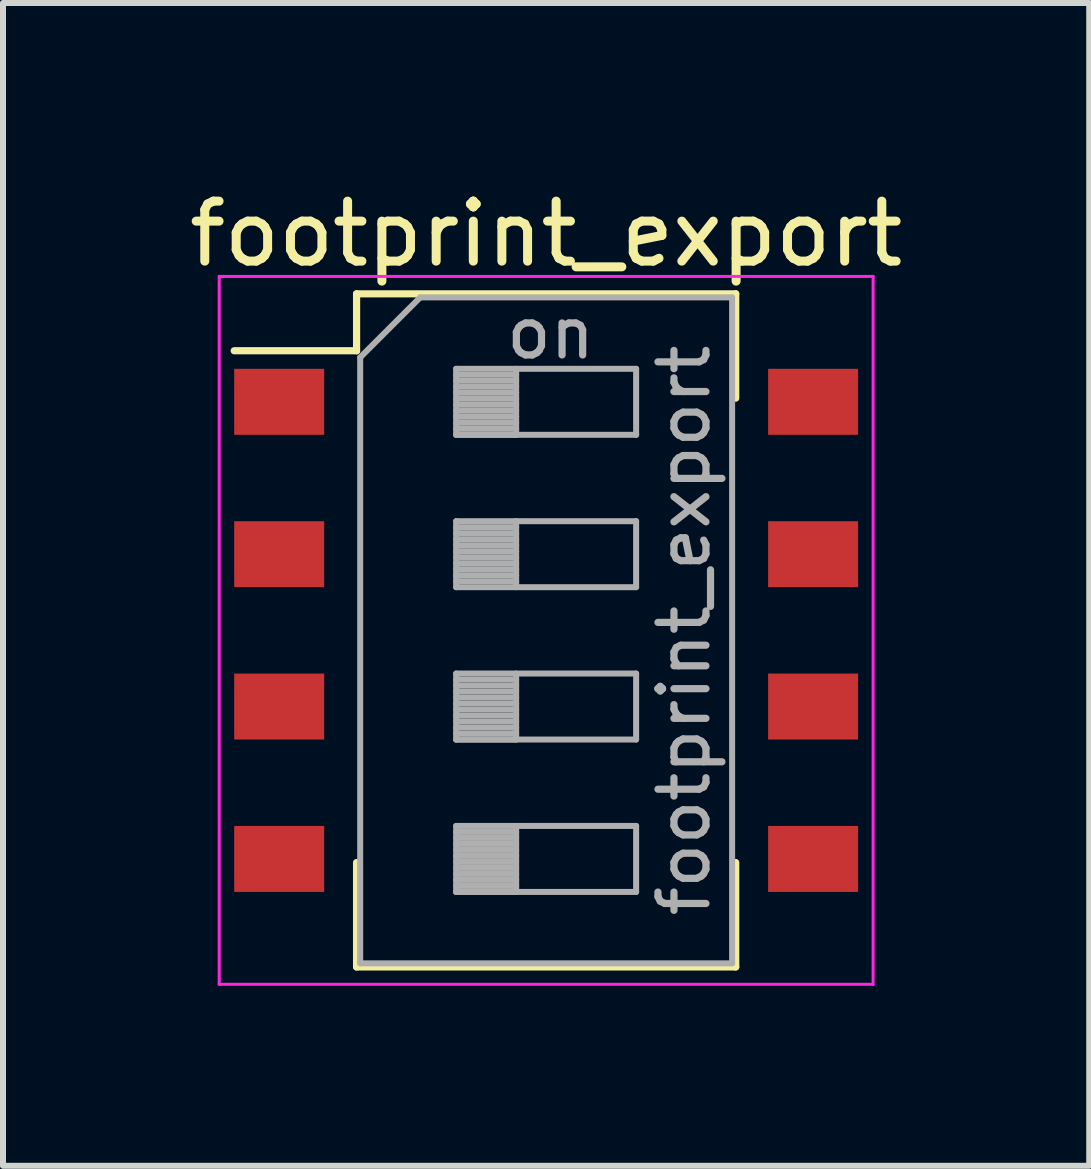
<source format=kicad_pcb>
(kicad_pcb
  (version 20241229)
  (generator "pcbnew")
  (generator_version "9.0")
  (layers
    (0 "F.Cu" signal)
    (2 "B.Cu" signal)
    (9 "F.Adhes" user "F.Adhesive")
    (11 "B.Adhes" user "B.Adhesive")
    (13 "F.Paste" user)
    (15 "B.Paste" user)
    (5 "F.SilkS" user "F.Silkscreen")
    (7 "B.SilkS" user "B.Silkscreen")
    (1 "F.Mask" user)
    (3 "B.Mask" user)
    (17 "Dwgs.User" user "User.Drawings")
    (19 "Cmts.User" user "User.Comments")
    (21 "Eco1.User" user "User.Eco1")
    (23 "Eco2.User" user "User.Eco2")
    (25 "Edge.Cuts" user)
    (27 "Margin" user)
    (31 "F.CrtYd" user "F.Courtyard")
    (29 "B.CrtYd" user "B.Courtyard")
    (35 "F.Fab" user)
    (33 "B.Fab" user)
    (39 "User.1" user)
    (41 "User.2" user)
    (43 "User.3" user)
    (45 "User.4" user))
  (footprint "footprint_export"
    (layer "F.Cu")
    (at 6.054 7.458)
    (property "Reference" "footprint_export" (at 0 -6.61 0) (layer "F.SilkS") (effects (font (size 1 1) (thickness 0.15))))
    (attr smd)
    (fp_line (start -5.2 -4.661) (end -3.16 -4.661) (stroke (width 0.12) (type solid)) (layer "F.SilkS"))
    (fp_line (start -3.16 -5.61) (end -3.16 -4.661) (stroke (width 0.12) (type solid)) (layer "F.SilkS"))
    (fp_line (start -3.16 -5.61) (end 3.16 -5.61) (stroke (width 0.12) (type solid)) (layer "F.SilkS"))
    (fp_line (start -3.16 3.87) (end -3.16 5.61) (stroke (width 0.12) (type solid)) (layer "F.SilkS"))
    (fp_line (start -3.16 5.61) (end 3.16 5.61) (stroke (width 0.12) (type solid)) (layer "F.SilkS"))
    (fp_line (start 3.16 -5.61) (end 3.16 -3.871) (stroke (width 0.12) (type solid)) (layer "F.SilkS"))
    (fp_line (start 3.16 3.87) (end 3.16 5.61) (stroke (width 0.12) (type solid)) (layer "F.SilkS"))
    (fp_line (start -5.45 -5.9) (end -5.45 5.9) (stroke (width 0.05) (type solid)) (layer "F.CrtYd"))
    (fp_line (start -5.45 5.9) (end 5.45 5.9) (stroke (width 0.05) (type solid)) (layer "F.CrtYd"))
    (fp_line (start 5.45 -5.9) (end -5.45 -5.9) (stroke (width 0.05) (type solid)) (layer "F.CrtYd"))
    (fp_line (start 5.45 5.9) (end 5.45 -5.9) (stroke (width 0.05) (type solid)) (layer "F.CrtYd"))
    (fp_line (start -3.1 -4.55) (end -2.1 -5.55) (stroke (width 0.1) (type solid)) (layer "F.Fab"))
    (fp_line (start -3.1 5.55) (end -3.1 -4.55) (stroke (width 0.1) (type solid)) (layer "F.Fab"))
    (fp_line (start -2.1 -5.55) (end 3.1 -5.55) (stroke (width 0.1) (type solid)) (layer "F.Fab"))
    (fp_line (start -1.5 -4.36) (end -1.5 -3.26) (stroke (width 0.1) (type solid)) (layer "F.Fab"))
    (fp_line (start -1.5 -4.26) (end -0.5 -4.26) (stroke (width 0.1) (type solid)) (layer "F.Fab"))
    (fp_line (start -1.5 -4.16) (end -0.5 -4.16) (stroke (width 0.1) (type solid)) (layer "F.Fab"))
    (fp_line (start -1.5 -4.06) (end -0.5 -4.06) (stroke (width 0.1) (type solid)) (layer "F.Fab"))
    (fp_line (start -1.5 -3.96) (end -0.5 -3.96) (stroke (width 0.1) (type solid)) (layer "F.Fab"))
    (fp_line (start -1.5 -3.86) (end -0.5 -3.86) (stroke (width 0.1) (type solid)) (layer "F.Fab"))
    (fp_line (start -1.5 -3.76) (end -0.5 -3.76) (stroke (width 0.1) (type solid)) (layer "F.Fab"))
    (fp_line (start -1.5 -3.66) (end -0.5 -3.66) (stroke (width 0.1) (type solid)) (layer "F.Fab"))
    (fp_line (start -1.5 -3.56) (end -0.5 -3.56) (stroke (width 0.1) (type solid)) (layer "F.Fab"))
    (fp_line (start -1.5 -3.46) (end -0.5 -3.46) (stroke (width 0.1) (type solid)) (layer "F.Fab"))
    (fp_line (start -1.5 -3.36) (end -0.5 -3.36) (stroke (width 0.1) (type solid)) (layer "F.Fab"))
    (fp_line (start -1.5 -3.26) (end -0.5 -3.26) (stroke (width 0.1) (type solid)) (layer "F.Fab"))
    (fp_line (start -1.5 -3.26) (end 1.5 -3.26) (stroke (width 0.1) (type solid)) (layer "F.Fab"))
    (fp_line (start -1.5 -1.82) (end -1.5 -0.72) (stroke (width 0.1) (type solid)) (layer "F.Fab"))
    (fp_line (start -1.5 -1.72) (end -0.5 -1.72) (stroke (width 0.1) (type solid)) (layer "F.Fab"))
    (fp_line (start -1.5 -1.62) (end -0.5 -1.62) (stroke (width 0.1) (type solid)) (layer "F.Fab"))
    (fp_line (start -1.5 -1.52) (end -0.5 -1.52) (stroke (width 0.1) (type solid)) (layer "F.Fab"))
    (fp_line (start -1.5 -1.42) (end -0.5 -1.42) (stroke (width 0.1) (type solid)) (layer "F.Fab"))
    (fp_line (start -1.5 -1.32) (end -0.5 -1.32) (stroke (width 0.1) (type solid)) (layer "F.Fab"))
    (fp_line (start -1.5 -1.22) (end -0.5 -1.22) (stroke (width 0.1) (type solid)) (layer "F.Fab"))
    (fp_line (start -1.5 -1.12) (end -0.5 -1.12) (stroke (width 0.1) (type solid)) (layer "F.Fab"))
    (fp_line (start -1.5 -1.02) (end -0.5 -1.02) (stroke (width 0.1) (type solid)) (layer "F.Fab"))
    (fp_line (start -1.5 -0.92) (end -0.5 -0.92) (stroke (width 0.1) (type solid)) (layer "F.Fab"))
    (fp_line (start -1.5 -0.82) (end -0.5 -0.82) (stroke (width 0.1) (type solid)) (layer "F.Fab"))
    (fp_line (start -1.5 -0.72) (end 1.5 -0.72) (stroke (width 0.1) (type solid)) (layer "F.Fab"))
    (fp_line (start -1.5 0.72) (end -1.5 1.82) (stroke (width 0.1) (type solid)) (layer "F.Fab"))
    (fp_line (start -1.5 0.82) (end -0.5 0.82) (stroke (width 0.1) (type solid)) (layer "F.Fab"))
    (fp_line (start -1.5 0.92) (end -0.5 0.92) (stroke (width 0.1) (type solid)) (layer "F.Fab"))
    (fp_line (start -1.5 1.02) (end -0.5 1.02) (stroke (width 0.1) (type solid)) (layer "F.Fab"))
    (fp_line (start -1.5 1.12) (end -0.5 1.12) (stroke (width 0.1) (type solid)) (layer "F.Fab"))
    (fp_line (start -1.5 1.22) (end -0.5 1.22) (stroke (width 0.1) (type solid)) (layer "F.Fab"))
    (fp_line (start -1.5 1.32) (end -0.5 1.32) (stroke (width 0.1) (type solid)) (layer "F.Fab"))
    (fp_line (start -1.5 1.42) (end -0.5 1.42) (stroke (width 0.1) (type solid)) (layer "F.Fab"))
    (fp_line (start -1.5 1.52) (end -0.5 1.52) (stroke (width 0.1) (type solid)) (layer "F.Fab"))
    (fp_line (start -1.5 1.62) (end -0.5 1.62) (stroke (width 0.1) (type solid)) (layer "F.Fab"))
    (fp_line (start -1.5 1.72) (end -0.5 1.72) (stroke (width 0.1) (type solid)) (layer "F.Fab"))
    (fp_line (start -1.5 1.82) (end -0.5 1.82) (stroke (width 0.1) (type solid)) (layer "F.Fab"))
    (fp_line (start -1.5 1.82) (end 1.5 1.82) (stroke (width 0.1) (type solid)) (layer "F.Fab"))
    (fp_line (start -1.5 3.26) (end -1.5 4.36) (stroke (width 0.1) (type solid)) (layer "F.Fab"))
    (fp_line (start -1.5 3.36) (end -0.5 3.36) (stroke (width 0.1) (type solid)) (layer "F.Fab"))
    (fp_line (start -1.5 3.46) (end -0.5 3.46) (stroke (width 0.1) (type solid)) (layer "F.Fab"))
    (fp_line (start -1.5 3.56) (end -0.5 3.56) (stroke (width 0.1) (type solid)) (layer "F.Fab"))
    (fp_line (start -1.5 3.66) (end -0.5 3.66) (stroke (width 0.1) (type solid)) (layer "F.Fab"))
    (fp_line (start -1.5 3.76) (end -0.5 3.76) (stroke (width 0.1) (type solid)) (layer "F.Fab"))
    (fp_line (start -1.5 3.86) (end -0.5 3.86) (stroke (width 0.1) (type solid)) (layer "F.Fab"))
    (fp_line (start -1.5 3.96) (end -0.5 3.96) (stroke (width 0.1) (type solid)) (layer "F.Fab"))
    (fp_line (start -1.5 4.06) (end -0.5 4.06) (stroke (width 0.1) (type solid)) (layer "F.Fab"))
    (fp_line (start -1.5 4.16) (end -0.5 4.16) (stroke (width 0.1) (type solid)) (layer "F.Fab"))
    (fp_line (start -1.5 4.26) (end -0.5 4.26) (stroke (width 0.1) (type solid)) (layer "F.Fab"))
    (fp_line (start -1.5 4.36) (end -0.5 4.36) (stroke (width 0.1) (type solid)) (layer "F.Fab"))
    (fp_line (start -1.5 4.36) (end 1.5 4.36) (stroke (width 0.1) (type solid)) (layer "F.Fab"))
    (fp_line (start -0.5 -4.36) (end -0.5 -3.26) (stroke (width 0.1) (type solid)) (layer "F.Fab"))
    (fp_line (start -0.5 -1.82) (end -0.5 -0.72) (stroke (width 0.1) (type solid)) (layer "F.Fab"))
    (fp_line (start -0.5 0.72) (end -0.5 1.82) (stroke (width 0.1) (type solid)) (layer "F.Fab"))
    (fp_line (start -0.5 3.26) (end -0.5 4.36) (stroke (width 0.1) (type solid)) (layer "F.Fab"))
    (fp_line (start 1.5 -4.36) (end -1.5 -4.36) (stroke (width 0.1) (type solid)) (layer "F.Fab"))
    (fp_line (start 1.5 -3.26) (end 1.5 -4.36) (stroke (width 0.1) (type solid)) (layer "F.Fab"))
    (fp_line (start 1.5 -1.82) (end -1.5 -1.82) (stroke (width 0.1) (type solid)) (layer "F.Fab"))
    (fp_line (start 1.5 -0.72) (end 1.5 -1.82) (stroke (width 0.1) (type solid)) (layer "F.Fab"))
    (fp_line (start 1.5 0.72) (end -1.5 0.72) (stroke (width 0.1) (type solid)) (layer "F.Fab"))
    (fp_line (start 1.5 1.82) (end 1.5 0.72) (stroke (width 0.1) (type solid)) (layer "F.Fab"))
    (fp_line (start 1.5 3.26) (end -1.5 3.26) (stroke (width 0.1) (type solid)) (layer "F.Fab"))
    (fp_line (start 1.5 4.36) (end 1.5 3.26) (stroke (width 0.1) (type solid)) (layer "F.Fab"))
    (fp_line (start 3.1 -5.55) (end 3.1 5.55) (stroke (width 0.1) (type solid)) (layer "F.Fab"))
    (fp_line (start 3.1 5.55) (end -3.1 5.55) (stroke (width 0.1) (type solid)) (layer "F.Fab"))
    (fp_text user "on" (at 0.075 -4.955 0) (layer "F.Fab") (effects (font (size 0.8 0.8) (thickness 0.12))))
    (fp_text user "${REFERENCE}" (at 2.3 0 90) (layer "F.Fab") (effects (font (size 0.8 0.8) (thickness 0.12))))
    (pad "1" smd rect (at -4.45 -3.81) (size 1.5 1.1) (layers "F.Cu" "F.Mask" "F.Paste"))
    (pad "2" smd rect (at -4.45 -1.27) (size 1.5 1.1) (layers "F.Cu" "F.Mask" "F.Paste"))
    (pad "3" smd rect (at -4.45 1.27) (size 1.5 1.1) (layers "F.Cu" "F.Mask" "F.Paste"))
    (pad "4" smd rect (at -4.45 3.81) (size 1.5 1.1) (layers "F.Cu" "F.Mask" "F.Paste"))
    (pad "5" smd rect (at 4.45 3.81) (size 1.5 1.1) (layers "F.Cu" "F.Mask" "F.Paste"))
    (pad "6" smd rect (at 4.45 1.27) (size 1.5 1.1) (layers "F.Cu" "F.Mask" "F.Paste"))
    (pad "7" smd rect (at 4.45 -1.27) (size 1.5 1.1) (layers "F.Cu" "F.Mask" "F.Paste"))
    (pad "8" smd rect (at 4.45 -3.81) (size 1.5 1.1) (layers "F.Cu" "F.Mask" "F.Paste")))
  (gr_rect
    (start -3 -3)
    (end 15.107 16.383)
    (stroke (width 0.1) (type default))
    (fill no)
    (layer "Edge.Cuts")))
</source>
